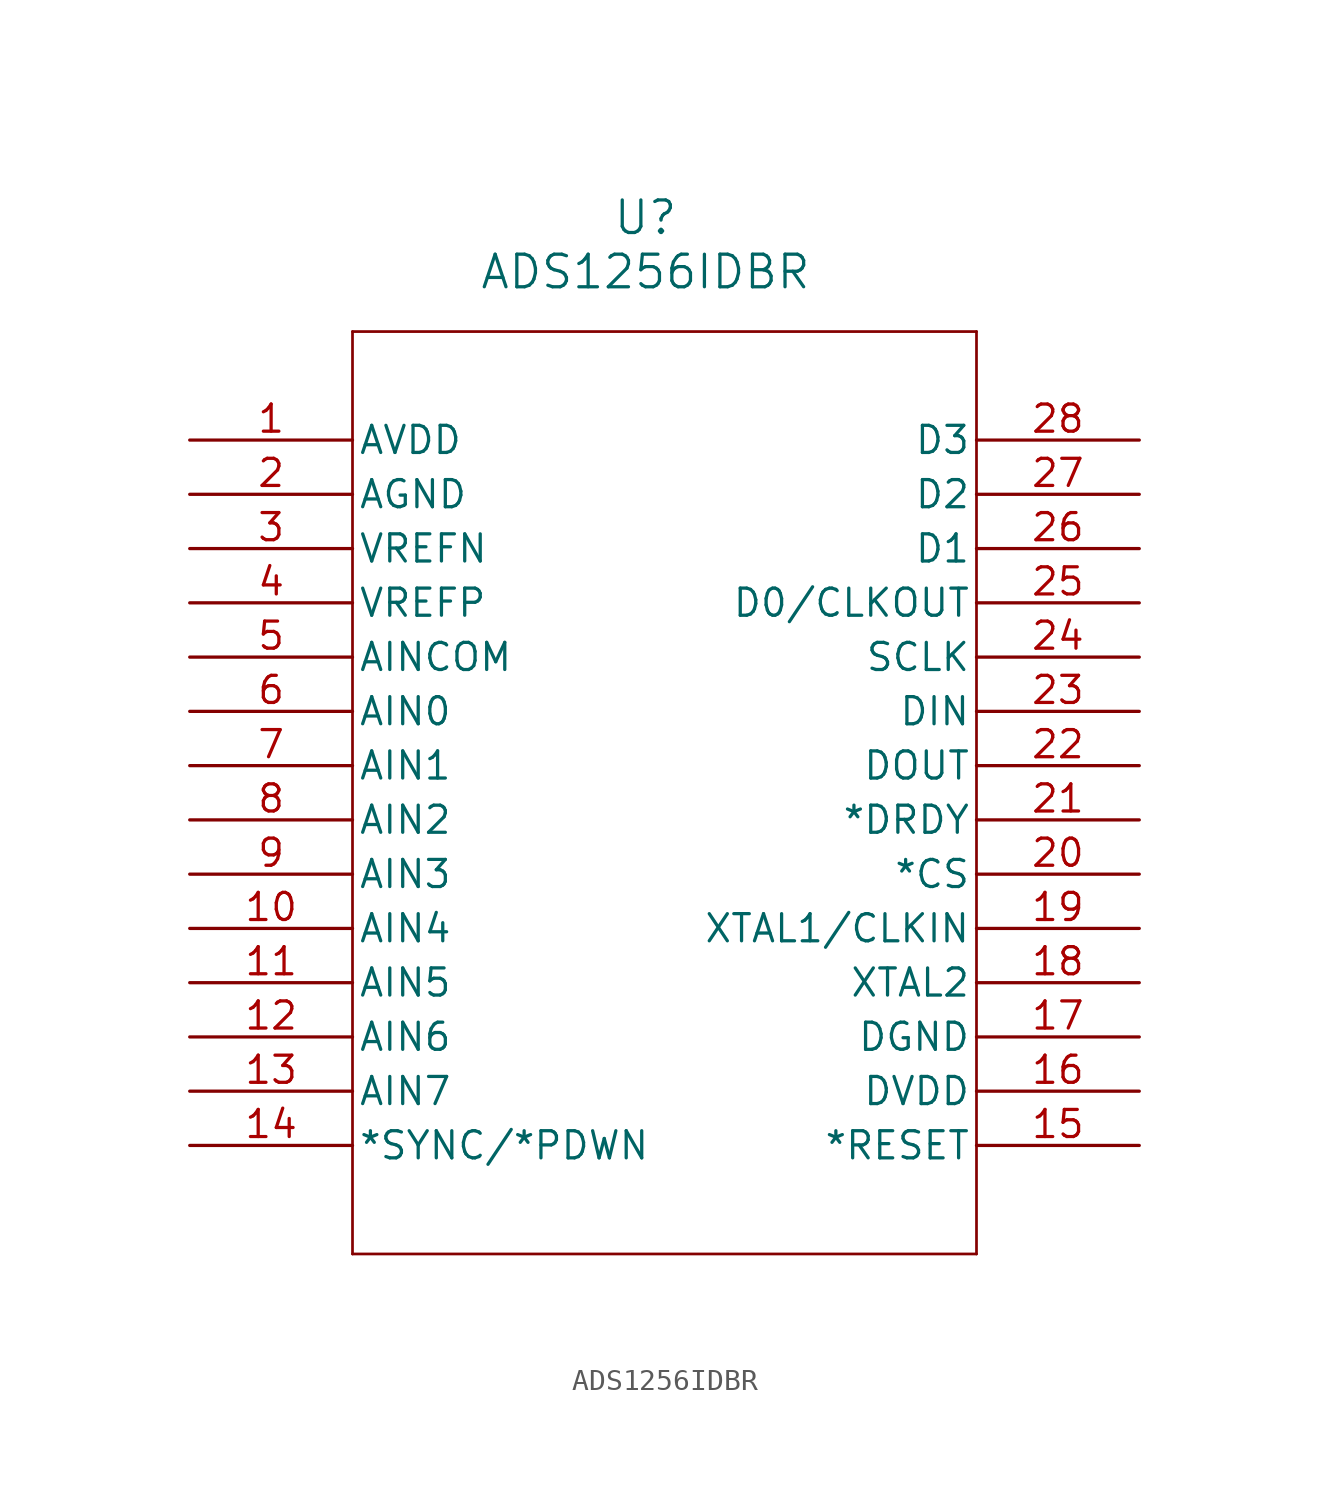
<source format=kicad_sym>
(kicad_symbol_lib
  (version 20231120)
  (generator "kicad_symbol_editor")
  (generator_version "8.0")
  (symbol "ADS1256IDBR"
    (pin_names
      (offset 0.254))
    (property "Reference" "U"
      (at 21.336 10.414 0)
      (effects (font (size 1.524 1.524))))
    (property "Value" "ADS1256IDBR"
      (at 21.336 7.874 0)
      (effects (font (size 1.524 1.524))))
    (property "ki_locked" ""
      (at 0 0 0)
      (effects (font (size 1.27 1.27))))
    (symbol "ADS1256IDBR_0_1"
      (polyline (pts (xy 7.62 -38.1) (xy 36.83 -38.1)) (stroke (width 0.127) (type default)) (fill (type none)))
      (polyline (pts (xy 7.62 5.08) (xy 7.62 -38.1)) (stroke (width 0.127) (type default)) (fill (type none)))
      (polyline (pts (xy 36.83 -38.1) (xy 36.83 5.08)) (stroke (width 0.127) (type default)) (fill (type none)))
      (polyline (pts (xy 36.83 5.08) (xy 7.62 5.08)) (stroke (width 0.127) (type default)) (fill (type none)))
      (pin power_in line (at 0 0 0) (length 7.62) (name "AVDD" (effects (font (size 1.27 1.27)))) (number "1" (effects (font (size 1.27 1.27)))))
      (pin input line (at 0 -22.86 0) (length 7.62) (name "AIN4" (effects (font (size 1.27 1.27)))) (number "10" (effects (font (size 1.27 1.27)))))
      (pin input line (at 0 -25.4 0) (length 7.62) (name "AIN5" (effects (font (size 1.27 1.27)))) (number "11" (effects (font (size 1.27 1.27)))))
      (pin input line (at 0 -27.94 0) (length 7.62) (name "AIN6" (effects (font (size 1.27 1.27)))) (number "12" (effects (font (size 1.27 1.27)))))
      (pin input line (at 0 -30.48 0) (length 7.62) (name "AIN7" (effects (font (size 1.27 1.27)))) (number "13" (effects (font (size 1.27 1.27)))))
      (pin input line (at 0 -33.02 0) (length 7.62) (name "*SYNC/*PDWN" (effects (font (size 1.27 1.27)))) (number "14" (effects (font (size 1.27 1.27)))))
      (pin input line (at 44.45 -33.02 180) (length 7.62) (name "*RESET" (effects (font (size 1.27 1.27)))) (number "15" (effects (font (size 1.27 1.27)))))
      (pin power_in line (at 44.45 -30.48 180) (length 7.62) (name "DVDD" (effects (font (size 1.27 1.27)))) (number "16" (effects (font (size 1.27 1.27)))))
      (pin power_in line (at 44.45 -27.94 180) (length 7.62) (name "DGND" (effects (font (size 1.27 1.27)))) (number "17" (effects (font (size 1.27 1.27)))))
      (pin input line (at 44.45 -22.86 180) (length 7.62) (name "XTAL1/CLKIN" (effects (font (size 1.27 1.27)))) (number "19" (effects (font (size 1.27 1.27)))))
      (pin power_in line (at 0 -2.54 0) (length 7.62) (name "AGND" (effects (font (size 1.27 1.27)))) (number "2" (effects (font (size 1.27 1.27)))))
      (pin input line (at 44.45 -20.32 180) (length 7.62) (name "*CS" (effects (font (size 1.27 1.27)))) (number "20" (effects (font (size 1.27 1.27)))))
      (pin output line (at 44.45 -17.78 180) (length 7.62) (name "*DRDY" (effects (font (size 1.27 1.27)))) (number "21" (effects (font (size 1.27 1.27)))))
      (pin output line (at 44.45 -15.24 180) (length 7.62) (name "DOUT" (effects (font (size 1.27 1.27)))) (number "22" (effects (font (size 1.27 1.27)))))
      (pin input line (at 44.45 -12.7 180) (length 7.62) (name "DIN" (effects (font (size 1.27 1.27)))) (number "23" (effects (font (size 1.27 1.27)))))
      (pin input line (at 44.45 -10.16 180) (length 7.62) (name "SCLK" (effects (font (size 1.27 1.27)))) (number "24" (effects (font (size 1.27 1.27)))))
      (pin bidirectional line (at 44.45 -7.62 180) (length 7.62) (name "D0/CLKOUT" (effects (font (size 1.27 1.27)))) (number "25" (effects (font (size 1.27 1.27)))))
      (pin bidirectional line (at 44.45 -5.08 180) (length 7.62) (name "D1" (effects (font (size 1.27 1.27)))) (number "26" (effects (font (size 1.27 1.27)))))
      (pin bidirectional line (at 44.45 -2.54 180) (length 7.62) (name "D2" (effects (font (size 1.27 1.27)))) (number "27" (effects (font (size 1.27 1.27)))))
      (pin bidirectional line (at 44.45 0 180) (length 7.62) (name "D3" (effects (font (size 1.27 1.27)))) (number "28" (effects (font (size 1.27 1.27)))))
      (pin input line (at 0 -5.08 0) (length 7.62) (name "VREFN" (effects (font (size 1.27 1.27)))) (number "3" (effects (font (size 1.27 1.27)))))
      (pin input line (at 0 -7.62 0) (length 7.62) (name "VREFP" (effects (font (size 1.27 1.27)))) (number "4" (effects (font (size 1.27 1.27)))))
      (pin input line (at 0 -10.16 0) (length 7.62) (name "AINCOM" (effects (font (size 1.27 1.27)))) (number "5" (effects (font (size 1.27 1.27)))))
      (pin input line (at 0 -12.7 0) (length 7.62) (name "AIN0" (effects (font (size 1.27 1.27)))) (number "6" (effects (font (size 1.27 1.27)))))
      (pin input line (at 0 -15.24 0) (length 7.62) (name "AIN1" (effects (font (size 1.27 1.27)))) (number "7" (effects (font (size 1.27 1.27)))))
      (pin input line (at 0 -17.78 0) (length 7.62) (name "AIN2" (effects (font (size 1.27 1.27)))) (number "8" (effects (font (size 1.27 1.27)))))
      (pin input line (at 0 -20.32 0) (length 7.62) (name "AIN3" (effects (font (size 1.27 1.27)))) (number "9" (effects (font (size 1.27 1.27))))))
    (symbol "ADS1256IDBR_1_1"
      (pin passive line (at 44.45 -25.4 180) (length 7.62) (name "XTAL2" (effects (font (size 1.27 1.27)))) (number "18" (effects (font (size 1.27 1.27))))))))
</source>
